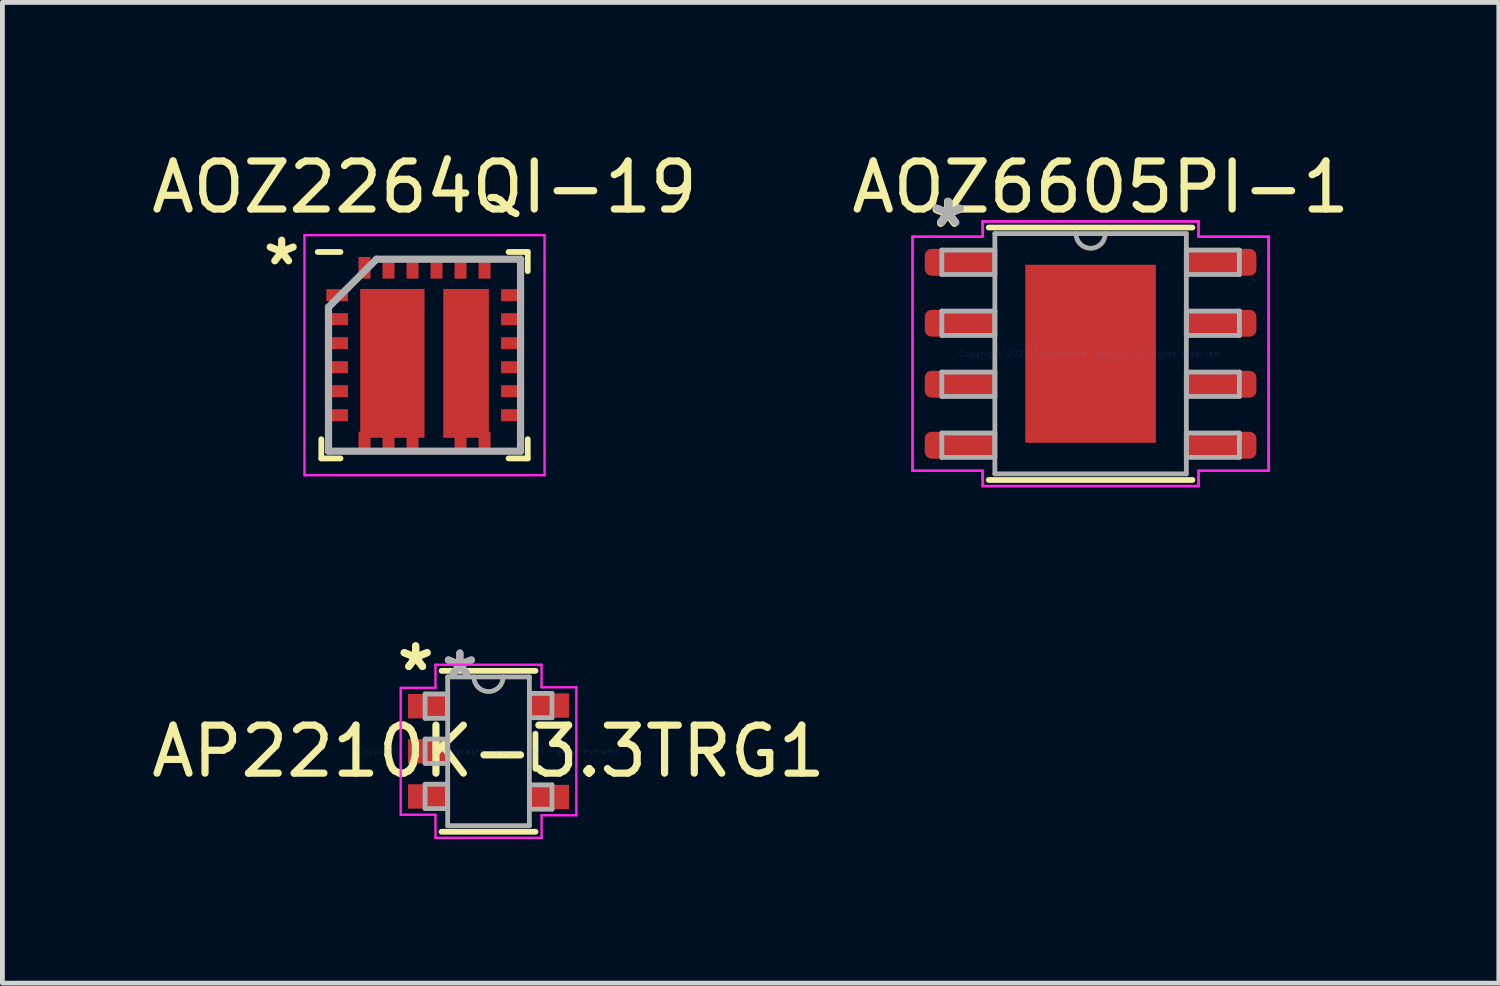
<source format=kicad_pcb>
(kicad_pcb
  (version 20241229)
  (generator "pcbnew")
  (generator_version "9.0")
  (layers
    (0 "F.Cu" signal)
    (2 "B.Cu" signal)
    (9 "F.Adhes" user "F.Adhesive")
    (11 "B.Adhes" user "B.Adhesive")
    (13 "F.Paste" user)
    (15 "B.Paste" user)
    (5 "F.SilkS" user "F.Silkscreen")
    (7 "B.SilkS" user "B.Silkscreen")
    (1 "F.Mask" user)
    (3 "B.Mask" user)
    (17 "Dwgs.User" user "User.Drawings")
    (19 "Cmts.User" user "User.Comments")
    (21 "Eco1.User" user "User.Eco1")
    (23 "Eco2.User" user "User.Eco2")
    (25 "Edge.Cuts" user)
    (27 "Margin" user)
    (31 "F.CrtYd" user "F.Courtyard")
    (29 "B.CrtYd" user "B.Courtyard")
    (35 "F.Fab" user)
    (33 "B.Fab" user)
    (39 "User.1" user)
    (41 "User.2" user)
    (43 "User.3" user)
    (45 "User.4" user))
  (footprint "AOZ2264QI-19"
    (layer "F.Cu")
    (at 5.792 4.348)
    (property "Reference" "AOZ2264QI-19" (at 0 -3.5 0) (layer "F.SilkS") (effects (font (size 1 1) (thickness 0.15))))
    (attr smd)
    (fp_poly (pts (xy 0 1.72) (xy -1.34 1.72) (xy -1.34 -1.38) (xy 0 -1.38)) (stroke (width 0) (type solid)) (fill yes) (layer "F.Cu"))
    (fp_poly (pts (xy 1.34 1.72) (xy 0.39 1.72) (xy 0.39 -1.38) (xy 1.34 -1.38)) (stroke (width 0) (type solid)) (fill yes) (layer "F.Cu"))
    (fp_poly (pts (xy 0.01 1.72) (xy -1.33 1.72) (xy -1.33 -1.38) (xy 0.01 -1.38)) (stroke (width 0) (type solid)) (fill yes) (layer "F.Mask"))
    (fp_poly (pts (xy 1.34 1.72) (xy 0.39 1.72) (xy 0.39 -1.38) (xy 1.34 -1.38)) (stroke (width 0) (type solid)) (fill yes) (layer "F.Mask"))
    (fp_line (start -2.15 2.15) (end -2.15 1.75) (stroke (width 0.12) (type solid)) (layer "F.SilkS"))
    (fp_line (start -1.75 -2.15) (end -2.225 -2.15) (stroke (width 0.12) (type solid)) (layer "F.SilkS"))
    (fp_line (start -1.75 2.15) (end -2.15 2.15) (stroke (width 0.12) (type solid)) (layer "F.SilkS"))
    (fp_line (start 1.75 -2.15) (end 2.15 -2.15) (stroke (width 0.12) (type solid)) (layer "F.SilkS"))
    (fp_line (start 1.75 2.15) (end 2.15 2.15) (stroke (width 0.12) (type solid)) (layer "F.SilkS"))
    (fp_line (start 2.15 -2.15) (end 2.15 -1.75) (stroke (width 0.12) (type solid)) (layer "F.SilkS"))
    (fp_line (start 2.15 2.15) (end 2.15 1.75) (stroke (width 0.12) (type solid)) (layer "F.SilkS"))
    (fp_poly (pts (xy -0.3 1.3) (xy -1.1 1.3) (xy -1.1 -1) (xy -0.3 -1)) (stroke (width 0) (type solid)) (fill yes) (layer "F.Paste"))
    (fp_poly (pts (xy 1.1 1.3) (xy 0.6 1.3) (xy 0.6 -1) (xy 1.1 -1)) (stroke (width 0) (type solid)) (fill yes) (layer "F.Paste"))
    (fp_line (start -2.5 -2.5) (end 2.5 -2.5) (stroke (width 0.05) (type solid)) (layer "F.CrtYd"))
    (fp_line (start -2.5 2.5) (end -2.5 -2.5) (stroke (width 0.05) (type solid)) (layer "F.CrtYd"))
    (fp_line (start 2.5 -2.5) (end 2.5 2.5) (stroke (width 0.05) (type solid)) (layer "F.CrtYd"))
    (fp_line (start 2.5 2.5) (end -2.5 2.5) (stroke (width 0.05) (type solid)) (layer "F.CrtYd"))
    (fp_line (start -2 -1) (end -2 2) (stroke (width 0.15) (type solid)) (layer "F.Fab"))
    (fp_line (start -2 2) (end 2 2) (stroke (width 0.15) (type solid)) (layer "F.Fab"))
    (fp_line (start -1 -2) (end -2 -1) (stroke (width 0.15) (type solid)) (layer "F.Fab"))
    (fp_line (start 2 -2) (end -1 -2) (stroke (width 0.15) (type solid)) (layer "F.Fab"))
    (fp_line (start 2 2) (end 2 -2) (stroke (width 0.15) (type solid)) (layer "F.Fab"))
    (fp_text user "*" (at -2.975 -1.85 0) (layer "F.SilkS") (effects (font (size 1 1) (thickness 0.15))))
    (pad "1" smd rect (at -1.82 -1.25 90) (size 0.25 0.45) (layers "F.Cu" "F.Mask" "F.Paste"))
    (pad "2" smd rect (at -1.82 -0.75 90) (size 0.25 0.45) (layers "F.Cu" "F.Mask" "F.Paste"))
    (pad "3" smd rect (at -1.82 -0.25 90) (size 0.25 0.45) (layers "F.Cu" "F.Mask" "F.Paste"))
    (pad "4" smd rect (at -1.82 0.25 90) (size 0.25 0.45) (layers "F.Cu" "F.Mask" "F.Paste"))
    (pad "5" smd rect (at -1.82 0.75 90) (size 0.25 0.45) (layers "F.Cu" "F.Mask" "F.Paste"))
    (pad "6" smd rect (at -1.82 1.25 90) (size 0.25 0.45) (layers "F.Cu" "F.Mask" "F.Paste"))
    (pad "7" smd rect (at -1.25 1.82) (size 0.25 0.45) (layers "F.Cu" "F.Mask" "F.Paste"))
    (pad "8" smd rect (at -0.75 1.82) (size 0.25 0.45) (layers "F.Cu" "F.Mask" "F.Paste"))
    (pad "9" smd rect (at -0.25 1.82) (size 0.25 0.45) (layers "F.Cu" "F.Mask" "F.Paste"))
    (pad "10" smd rect (at 0.75 1.82) (size 0.25 0.45) (layers "F.Cu" "F.Mask" "F.Paste"))
    (pad "11" smd rect (at 1.25 1.82) (size 0.25 0.45) (layers "F.Cu" "F.Mask" "F.Paste"))
    (pad "12" smd rect (at 1.82 1.25 90) (size 0.25 0.45) (layers "F.Cu" "F.Mask" "F.Paste"))
    (pad "13" smd rect (at 1.82 0.75 90) (size 0.25 0.45) (layers "F.Cu" "F.Mask" "F.Paste"))
    (pad "14" smd rect (at 1.82 0.25 90) (size 0.25 0.45) (layers "F.Cu" "F.Mask" "F.Paste"))
    (pad "15" smd rect (at 1.82 -0.25 90) (size 0.25 0.45) (layers "F.Cu" "F.Mask" "F.Paste"))
    (pad "16" smd rect (at 1.82 -0.75 90) (size 0.25 0.45) (layers "F.Cu" "F.Mask" "F.Paste"))
    (pad "17" smd rect (at 1.82 -1.25 90) (size 0.25 0.45) (layers "F.Cu" "F.Mask" "F.Paste"))
    (pad "18" smd rect (at 1.25 -1.82) (size 0.25 0.45) (layers "F.Cu" "F.Mask" "F.Paste"))
    (pad "19" smd rect (at 0.75 -1.82) (size 0.25 0.45) (layers "F.Cu" "F.Mask" "F.Paste"))
    (pad "20" smd rect (at 0.25 -1.82) (size 0.25 0.45) (layers "F.Cu" "F.Mask" "F.Paste"))
    (pad "21" smd rect (at -0.25 -1.82) (size 0.25 0.45) (layers "F.Cu" "F.Mask" "F.Paste"))
    (pad "22" smd rect (at -0.75 -1.82) (size 0.25 0.45) (layers "F.Cu" "F.Mask" "F.Paste"))
    (pad "23" smd rect (at -1.25 -1.82) (size 0.25 0.45) (layers "F.Cu" "F.Mask" "F.Paste")))
  (footprint "AP2210K-3.3TRG1"
    (layer "F.Cu")
    (at 7.125 12.598)
    (property "Reference" "AP2210K-3.3TRG1" (at 0 0 0) (layer "F.SilkS") (effects (font (size 1 1) (thickness 0.15))))
    (attr through_hole)
    (fp_line (start -0.978 1.676) (end 0.978 1.676) (stroke (width 0.12) (type solid)) (layer "F.SilkS"))
    (fp_line (start 0.978 -1.676) (end -0.978 -1.676) (stroke (width 0.12) (type solid)) (layer "F.SilkS"))
    (fp_line (start 0.978 0.366) (end 0.978 -0.366) (stroke (width 0.12) (type solid)) (layer "F.SilkS"))
    (fp_line (start -1.829 -1.321) (end -1.105 -1.321) (stroke (width 0.05) (type solid)) (layer "F.CrtYd"))
    (fp_line (start -1.829 1.321) (end -1.829 -1.321) (stroke (width 0.05) (type solid)) (layer "F.CrtYd"))
    (fp_line (start -1.105 -1.803) (end 1.105 -1.803) (stroke (width 0.05) (type solid)) (layer "F.CrtYd"))
    (fp_line (start -1.105 -1.321) (end -1.105 -1.803) (stroke (width 0.05) (type solid)) (layer "F.CrtYd"))
    (fp_line (start -1.105 1.321) (end -1.829 1.321) (stroke (width 0.05) (type solid)) (layer "F.CrtYd"))
    (fp_line (start -1.105 1.803) (end -1.105 1.321) (stroke (width 0.05) (type solid)) (layer "F.CrtYd"))
    (fp_line (start 1.105 -1.803) (end 1.105 -1.333) (stroke (width 0.05) (type solid)) (layer "F.CrtYd"))
    (fp_line (start 1.105 -1.333) (end 1.829 -1.333) (stroke (width 0.05) (type solid)) (layer "F.CrtYd"))
    (fp_line (start 1.105 1.333) (end 1.105 1.803) (stroke (width 0.05) (type solid)) (layer "F.CrtYd"))
    (fp_line (start 1.105 1.803) (end -1.105 1.803) (stroke (width 0.05) (type solid)) (layer "F.CrtYd"))
    (fp_line (start 1.829 -1.333) (end 1.829 1.333) (stroke (width 0.05) (type solid)) (layer "F.CrtYd"))
    (fp_line (start 1.829 1.333) (end 1.105 1.333) (stroke (width 0.05) (type solid)) (layer "F.CrtYd"))
    (fp_line (start -1.321 -1.194) (end -1.321 -0.686) (stroke (width 0.1) (type solid)) (layer "F.Fab"))
    (fp_line (start -1.321 -0.686) (end -0.851 -0.686) (stroke (width 0.1) (type solid)) (layer "F.Fab"))
    (fp_line (start -1.321 -0.254) (end -1.321 0.254) (stroke (width 0.1) (type solid)) (layer "F.Fab"))
    (fp_line (start -1.321 0.254) (end -0.851 0.254) (stroke (width 0.1) (type solid)) (layer "F.Fab"))
    (fp_line (start -1.321 0.686) (end -1.321 1.194) (stroke (width 0.1) (type solid)) (layer "F.Fab"))
    (fp_line (start -1.321 1.194) (end -0.851 1.194) (stroke (width 0.1) (type solid)) (layer "F.Fab"))
    (fp_line (start -0.851 -1.549) (end -0.851 1.549) (stroke (width 0.1) (type solid)) (layer "F.Fab"))
    (fp_line (start -0.851 -1.194) (end -1.321 -1.194) (stroke (width 0.1) (type solid)) (layer "F.Fab"))
    (fp_line (start -0.851 -0.686) (end -0.851 -1.194) (stroke (width 0.1) (type solid)) (layer "F.Fab"))
    (fp_line (start -0.851 -0.254) (end -1.321 -0.254) (stroke (width 0.1) (type solid)) (layer "F.Fab"))
    (fp_line (start -0.851 0.254) (end -0.851 -0.254) (stroke (width 0.1) (type solid)) (layer "F.Fab"))
    (fp_line (start -0.851 0.686) (end -1.321 0.686) (stroke (width 0.1) (type solid)) (layer "F.Fab"))
    (fp_line (start -0.851 1.194) (end -0.851 0.686) (stroke (width 0.1) (type solid)) (layer "F.Fab"))
    (fp_line (start -0.851 1.549) (end 0.851 1.549) (stroke (width 0.1) (type solid)) (layer "F.Fab"))
    (fp_line (start 0.851 -1.549) (end -0.851 -1.549) (stroke (width 0.1) (type solid)) (layer "F.Fab"))
    (fp_line (start 0.851 -1.206) (end 0.851 -0.699) (stroke (width 0.1) (type solid)) (layer "F.Fab"))
    (fp_line (start 0.851 -0.699) (end 1.321 -0.699) (stroke (width 0.1) (type solid)) (layer "F.Fab"))
    (fp_line (start 0.851 0.699) (end 0.851 1.206) (stroke (width 0.1) (type solid)) (layer "F.Fab"))
    (fp_line (start 0.851 1.206) (end 1.321 1.206) (stroke (width 0.1) (type solid)) (layer "F.Fab"))
    (fp_line (start 0.851 1.549) (end 0.851 -1.549) (stroke (width 0.1) (type solid)) (layer "F.Fab"))
    (fp_line (start 1.321 -1.206) (end 0.851 -1.206) (stroke (width 0.1) (type solid)) (layer "F.Fab"))
    (fp_line (start 1.321 -0.699) (end 1.321 -1.206) (stroke (width 0.1) (type solid)) (layer "F.Fab"))
    (fp_line (start 1.321 0.699) (end 0.851 0.699) (stroke (width 0.1) (type solid)) (layer "F.Fab"))
    (fp_line (start 1.321 1.206) (end 1.321 0.699) (stroke (width 0.1) (type solid)) (layer "F.Fab"))
    (fp_arc (start 0.3048 -1.5494) (mid 0 -1.2446) (end -0.3048 -1.5494) (stroke (width 0.1) (type solid)) (layer "F.Fab"))
    (fp_text user "*" (at -1.518 -1.651 0) (layer "F.SilkS") (effects (font (size 1 1) (thickness 0.15))))
    (fp_text user "*" (at -1.518 -1.651 0) (layer "F.SilkS") (effects (font (size 1 1) (thickness 0.15))))
    (fp_text user "Copyright 2021 Accelerated Designs. All rights reserved." (at 0 0 0) (layer "Cmts.User") (effects (font (size 0.127 0.127) (thickness 0.002))))
    (fp_text user "*" (at -0.597 -1.499 0) (layer "F.Fab") (effects (font (size 1 1) (thickness 0.15))))
    (fp_text user "*" (at -0.597 -1.499 0) (layer "F.Fab") (effects (font (size 1 1) (thickness 0.15))))
    (pad "1" smd rect (at -1.264 -0.94) (size 0.826 0.508) (layers "F.Cu" "F.Mask" "F.Paste"))
    (pad "2" smd rect (at -1.264 0) (size 0.826 0.508) (layers "F.Cu" "F.Mask" "F.Paste"))
    (pad "3" smd rect (at -1.264 0.94) (size 0.826 0.508) (layers "F.Cu" "F.Mask" "F.Paste"))
    (pad "4" smd rect (at 1.264 0.953) (size 0.826 0.508) (layers "F.Cu" "F.Mask" "F.Paste"))
    (pad "5" smd rect (at 1.264 -0.953) (size 0.826 0.508) (layers "F.Cu" "F.Mask" "F.Paste")))
  (footprint "AOZ6605PI-1"
    (layer "F.Cu")
    (at 19.665 4.318)
    (property "Reference" "AOZ6605PI-1" (at 0.21 -3.47 0) (layer "F.SilkS") (effects (font (size 1 1) (thickness 0.15))))
    (attr through_hole)
    (fp_line (start -2.121 2.629) (end 2.121 2.629) (stroke (width 0.12) (type solid)) (layer "F.SilkS"))
    (fp_line (start 2.121 -2.629) (end -2.121 -2.629) (stroke (width 0.12) (type solid)) (layer "F.SilkS"))
    (fp_poly (pts (xy -1.259 -1.754) (xy -1.259 -0.1) (xy -0.1 -0.1) (xy -0.1 -1.754)) (stroke (width 0.1) (type solid)) (fill yes) (layer "F.Paste"))
    (fp_poly (pts (xy -1.259 0.1) (xy -1.259 1.754) (xy -0.1 1.754) (xy -0.1 0.1)) (stroke (width 0.1) (type solid)) (fill yes) (layer "F.Paste"))
    (fp_poly (pts (xy 0.1 -1.754) (xy 0.1 -0.1) (xy 1.259 -0.1) (xy 1.259 -1.754)) (stroke (width 0.1) (type solid)) (fill yes) (layer "F.Paste"))
    (fp_poly (pts (xy 0.1 0.1) (xy 0.1 1.754) (xy 1.259 1.754) (xy 1.259 0.1)) (stroke (width 0.1) (type solid)) (fill yes) (layer "F.Paste"))
    (fp_line (start -3.708 -2.438) (end -2.248 -2.438) (stroke (width 0.05) (type solid)) (layer "F.CrtYd"))
    (fp_line (start -3.708 -2.438) (end -2.248 -2.438) (stroke (width 0.05) (type solid)) (layer "F.CrtYd"))
    (fp_line (start -3.708 2.438) (end -3.708 -2.438) (stroke (width 0.05) (type solid)) (layer "F.CrtYd"))
    (fp_line (start -3.708 2.438) (end -3.708 -2.438) (stroke (width 0.05) (type solid)) (layer "F.CrtYd"))
    (fp_line (start -3.708 2.438) (end -2.248 2.438) (stroke (width 0.05) (type solid)) (layer "F.CrtYd"))
    (fp_line (start -2.248 -2.756) (end 2.248 -2.756) (stroke (width 0.05) (type solid)) (layer "F.CrtYd"))
    (fp_line (start -2.248 -2.756) (end 2.248 -2.756) (stroke (width 0.05) (type solid)) (layer "F.CrtYd"))
    (fp_line (start -2.248 -2.438) (end -2.248 -2.756) (stroke (width 0.05) (type solid)) (layer "F.CrtYd"))
    (fp_line (start -2.248 -2.438) (end -2.248 -2.756) (stroke (width 0.05) (type solid)) (layer "F.CrtYd"))
    (fp_line (start -2.248 2.438) (end -3.708 2.438) (stroke (width 0.05) (type solid)) (layer "F.CrtYd"))
    (fp_line (start -2.248 2.756) (end -2.248 2.438) (stroke (width 0.05) (type solid)) (layer "F.CrtYd"))
    (fp_line (start -2.248 2.756) (end -2.248 2.438) (stroke (width 0.05) (type solid)) (layer "F.CrtYd"))
    (fp_line (start 2.248 -2.756) (end 2.248 -2.438) (stroke (width 0.05) (type solid)) (layer "F.CrtYd"))
    (fp_line (start 2.248 -2.756) (end 2.248 -2.438) (stroke (width 0.05) (type solid)) (layer "F.CrtYd"))
    (fp_line (start 2.248 -2.438) (end 3.708 -2.438) (stroke (width 0.05) (type solid)) (layer "F.CrtYd"))
    (fp_line (start 2.248 2.438) (end 2.248 2.756) (stroke (width 0.05) (type solid)) (layer "F.CrtYd"))
    (fp_line (start 2.248 2.438) (end 2.248 2.756) (stroke (width 0.05) (type solid)) (layer "F.CrtYd"))
    (fp_line (start 2.248 2.756) (end -2.248 2.756) (stroke (width 0.05) (type solid)) (layer "F.CrtYd"))
    (fp_line (start 2.248 2.756) (end -2.248 2.756) (stroke (width 0.05) (type solid)) (layer "F.CrtYd"))
    (fp_line (start 3.708 -2.438) (end 2.248 -2.438) (stroke (width 0.05) (type solid)) (layer "F.CrtYd"))
    (fp_line (start 3.708 -2.438) (end 3.708 2.438) (stroke (width 0.05) (type solid)) (layer "F.CrtYd"))
    (fp_line (start 3.708 -2.438) (end 3.708 2.438) (stroke (width 0.05) (type solid)) (layer "F.CrtYd"))
    (fp_line (start 3.708 2.438) (end 2.248 2.438) (stroke (width 0.05) (type solid)) (layer "F.CrtYd"))
    (fp_line (start 3.708 2.438) (end 2.248 2.438) (stroke (width 0.05) (type solid)) (layer "F.CrtYd"))
    (fp_line (start -3.099 -2.159) (end -3.099 -1.651) (stroke (width 0.1) (type solid)) (layer "F.Fab"))
    (fp_line (start -3.099 -1.651) (end -1.994 -1.651) (stroke (width 0.1) (type solid)) (layer "F.Fab"))
    (fp_line (start -3.099 -0.889) (end -3.099 -0.381) (stroke (width 0.1) (type solid)) (layer "F.Fab"))
    (fp_line (start -3.099 -0.381) (end -1.994 -0.381) (stroke (width 0.1) (type solid)) (layer "F.Fab"))
    (fp_line (start -3.099 0.381) (end -3.099 0.889) (stroke (width 0.1) (type solid)) (layer "F.Fab"))
    (fp_line (start -3.099 0.889) (end -1.994 0.889) (stroke (width 0.1) (type solid)) (layer "F.Fab"))
    (fp_line (start -3.099 1.651) (end -3.099 2.159) (stroke (width 0.1) (type solid)) (layer "F.Fab"))
    (fp_line (start -3.099 2.159) (end -1.994 2.159) (stroke (width 0.1) (type solid)) (layer "F.Fab"))
    (fp_line (start -1.994 -2.502) (end -1.994 2.502) (stroke (width 0.1) (type solid)) (layer "F.Fab"))
    (fp_line (start -1.994 -2.159) (end -3.099 -2.159) (stroke (width 0.1) (type solid)) (layer "F.Fab"))
    (fp_line (start -1.994 -1.651) (end -1.994 -2.159) (stroke (width 0.1) (type solid)) (layer "F.Fab"))
    (fp_line (start -1.994 -0.889) (end -3.099 -0.889) (stroke (width 0.1) (type solid)) (layer "F.Fab"))
    (fp_line (start -1.994 -0.381) (end -1.994 -0.889) (stroke (width 0.1) (type solid)) (layer "F.Fab"))
    (fp_line (start -1.994 0.381) (end -3.099 0.381) (stroke (width 0.1) (type solid)) (layer "F.Fab"))
    (fp_line (start -1.994 0.889) (end -1.994 0.381) (stroke (width 0.1) (type solid)) (layer "F.Fab"))
    (fp_line (start -1.994 1.651) (end -3.099 1.651) (stroke (width 0.1) (type solid)) (layer "F.Fab"))
    (fp_line (start -1.994 2.159) (end -1.994 1.651) (stroke (width 0.1) (type solid)) (layer "F.Fab"))
    (fp_line (start -1.994 2.502) (end 1.994 2.502) (stroke (width 0.1) (type solid)) (layer "F.Fab"))
    (fp_line (start 1.994 -2.502) (end -1.994 -2.502) (stroke (width 0.1) (type solid)) (layer "F.Fab"))
    (fp_line (start 1.994 -2.159) (end 1.994 -1.651) (stroke (width 0.1) (type solid)) (layer "F.Fab"))
    (fp_line (start 1.994 -1.651) (end 3.099 -1.651) (stroke (width 0.1) (type solid)) (layer "F.Fab"))
    (fp_line (start 1.994 -0.889) (end 1.994 -0.381) (stroke (width 0.1) (type solid)) (layer "F.Fab"))
    (fp_line (start 1.994 -0.381) (end 3.099 -0.381) (stroke (width 0.1) (type solid)) (layer "F.Fab"))
    (fp_line (start 1.994 0.381) (end 1.994 0.889) (stroke (width 0.1) (type solid)) (layer "F.Fab"))
    (fp_line (start 1.994 0.889) (end 3.099 0.889) (stroke (width 0.1) (type solid)) (layer "F.Fab"))
    (fp_line (start 1.994 1.651) (end 1.994 2.159) (stroke (width 0.1) (type solid)) (layer "F.Fab"))
    (fp_line (start 1.994 2.159) (end 3.099 2.159) (stroke (width 0.1) (type solid)) (layer "F.Fab"))
    (fp_line (start 1.994 2.502) (end 1.994 -2.502) (stroke (width 0.1) (type solid)) (layer "F.Fab"))
    (fp_line (start 3.099 -2.159) (end 1.994 -2.159) (stroke (width 0.1) (type solid)) (layer "F.Fab"))
    (fp_line (start 3.099 -1.651) (end 3.099 -2.159) (stroke (width 0.1) (type solid)) (layer "F.Fab"))
    (fp_line (start 3.099 -0.889) (end 1.994 -0.889) (stroke (width 0.1) (type solid)) (layer "F.Fab"))
    (fp_line (start 3.099 -0.381) (end 3.099 -0.889) (stroke (width 0.1) (type solid)) (layer "F.Fab"))
    (fp_line (start 3.099 0.381) (end 1.994 0.381) (stroke (width 0.1) (type solid)) (layer "F.Fab"))
    (fp_line (start 3.099 0.889) (end 3.099 0.381) (stroke (width 0.1) (type solid)) (layer "F.Fab"))
    (fp_line (start 3.099 1.651) (end 1.994 1.651) (stroke (width 0.1) (type solid)) (layer "F.Fab"))
    (fp_line (start 3.099 2.159) (end 3.099 1.651) (stroke (width 0.1) (type solid)) (layer "F.Fab"))
    (fp_arc (start 0.3048 -2.5019) (mid 0 -2.1971) (end -0.3048 -2.5019) (stroke (width 0.1) (type solid)) (layer "F.Fab"))
    (fp_text user "*" (at -2.978 -2.629 0) (layer "F.SilkS") (effects (font (size 1 1) (thickness 0.15))))
    (fp_text user "*" (at -2.978 -2.6 0) (layer "F.SilkS") (effects (font (size 1 1) (thickness 0.15))))
    (fp_text user "Copyright 2021 Accelerated Designs. All rights reserved." (at 0 0 0) (layer "Cmts.User") (effects (font (size 0.127 0.127) (thickness 0.002))))
    (fp_text user "*" (at -2.97 -2.63 0) (layer "F.Fab") (effects (font (size 1 1) (thickness 0.15))))
    (fp_text user "*" (at -2.95 -2.62 0) (layer "F.Fab") (effects (font (size 1 1) (thickness 0.15))))
    (pad "1" smd roundrect (at -2.724 -1.905) (size 1.46 0.559) (layers "F.Cu" "F.Mask" "F.Paste") (roundrect_rratio 0.25))
    (pad "2" smd roundrect (at -2.724 -0.635) (size 1.46 0.559) (layers "F.Cu" "F.Mask" "F.Paste") (roundrect_rratio 0.25))
    (pad "3" smd roundrect (at -2.724 0.635) (size 1.46 0.559) (layers "F.Cu" "F.Mask" "F.Paste") (roundrect_rratio 0.25))
    (pad "4" smd roundrect (at -2.724 1.905) (size 1.46 0.559) (layers "F.Cu" "F.Mask" "F.Paste") (roundrect_rratio 0.25))
    (pad "5" smd roundrect (at 2.724 1.905) (size 1.46 0.559) (layers "F.Cu" "F.Mask" "F.Paste") (roundrect_rratio 0.25))
    (pad "6" smd roundrect (at 2.724 0.635) (size 1.46 0.559) (layers "F.Cu" "F.Mask" "F.Paste") (roundrect_rratio 0.25))
    (pad "7" smd roundrect (at 2.724 -0.635) (size 1.46 0.559) (layers "F.Cu" "F.Mask" "F.Paste") (roundrect_rratio 0.25))
    (pad "8" smd roundrect (at 2.724 -1.905) (size 1.46 0.559) (layers "F.Cu" "F.Mask" "F.Paste") (roundrect_rratio 0.25))
    (pad "EP" smd rect (at 0 0) (size 2.718 3.708) (layers "F.Cu" "F.Mask")))
  (gr_rect
    (start -3 -3)
    (end 28.167 17.427)
    (stroke (width 0.1) (type default))
    (fill no)
    (layer "Edge.Cuts")))
</source>
